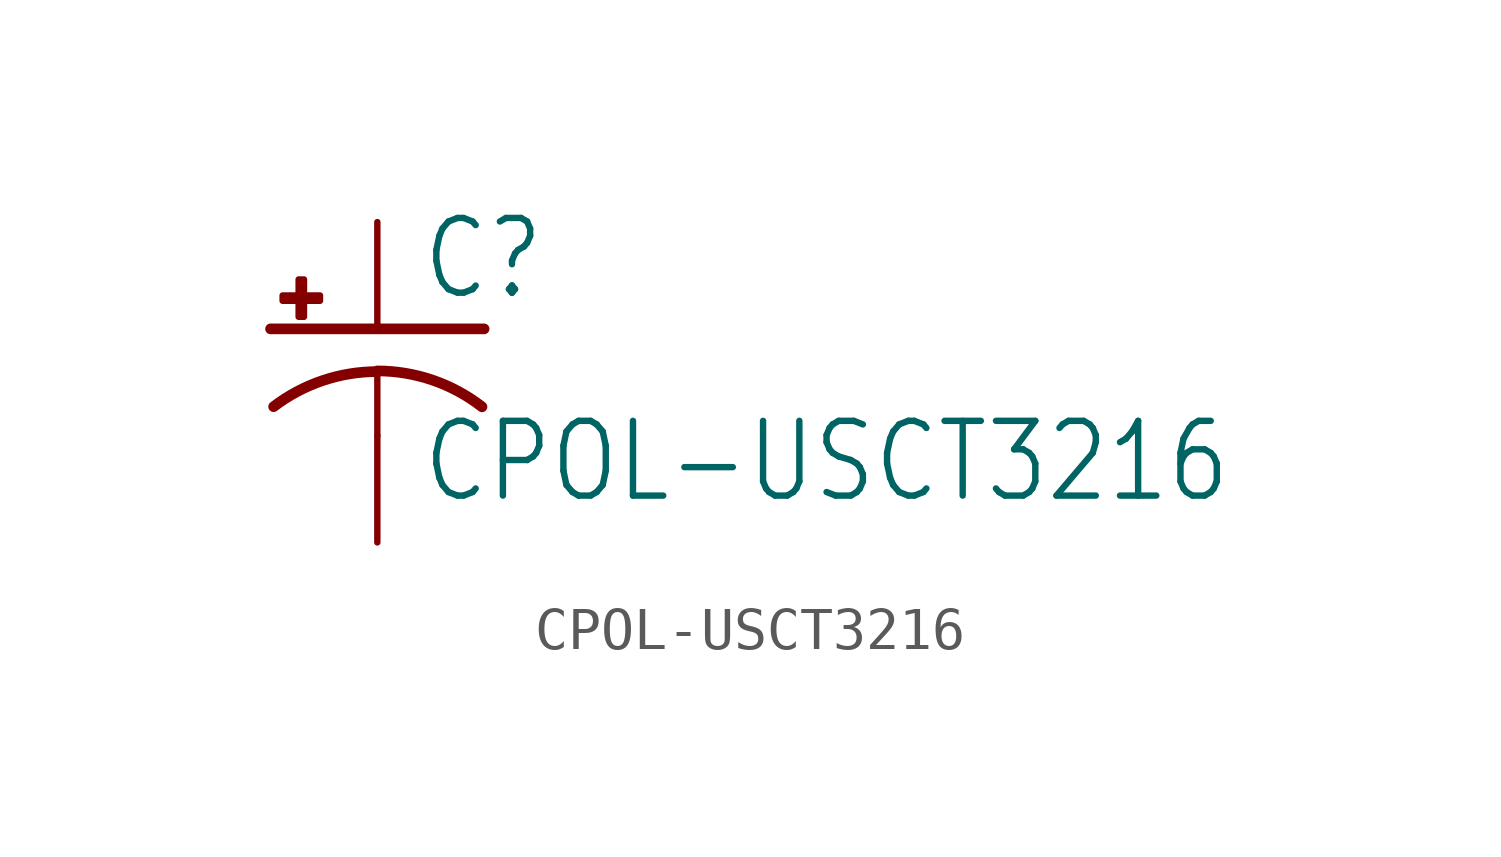
<source format=kicad_sym>
(kicad_symbol_lib
  (version 20220914)
  (generator kicad_symbol_editor)
  (symbol "CPOL-USCT3216"
    (property "Reference" "C"
      (at 1.016 0.635 0)
      (effects (font (size 1.778 1.511)) (justify left bottom)))
    (property "Value" "CPOL-USCT3216"
      (at 1.016 -4.191 0)
      (effects (font (size 1.778 1.511)) (justify left bottom)))
    (property "ki_locked" ""
      (at 0 0 0)
      (effects (font (size 1.27 1.27))))
    (symbol "CPOL-USCT3216_1_0"
      (rectangle (start -2.253 0.668) (end -1.364 0.795) (stroke (width 0) (type default)) (fill (type outline)))
      (rectangle (start -1.872 0.287) (end -1.745 1.176) (stroke (width 0) (type default)) (fill (type outline)))
      (arc (start 0 -1.0161) (mid -1.3021 -1.2302) (end -2.4669 -1.8504) (stroke (width 0.254) (type default)) (fill (type none)))
      (polyline (pts (xy -2.54 0) (xy 2.54 0)) (stroke (width 0.254) (type default)) (fill (type none)))
      (polyline (pts (xy 0 -1.016) (xy 0 -2.54)) (stroke (width 0.152) (type default)) (fill (type none)))
      (arc (start 2.4892 -1.8542) (mid 1.3158 -1.2195) (end 0 -1) (stroke (width 0.254) (type default)) (fill (type none)))
      (pin passive line (at 0 2.54 270) (length 2.54) (name "+" (effects (font (size 0 0)))) (number "+" (effects (font (size 0 0)))))
      (pin passive line (at 0 -5.08 90) (length 2.54) (name "-" (effects (font (size 0 0)))) (number "-" (effects (font (size 0 0))))))))
</source>
